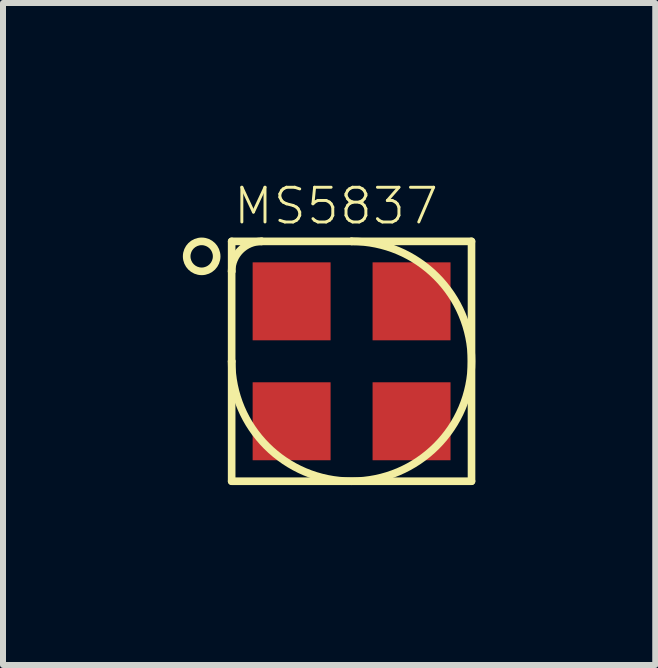
<source format=kicad_pcb>
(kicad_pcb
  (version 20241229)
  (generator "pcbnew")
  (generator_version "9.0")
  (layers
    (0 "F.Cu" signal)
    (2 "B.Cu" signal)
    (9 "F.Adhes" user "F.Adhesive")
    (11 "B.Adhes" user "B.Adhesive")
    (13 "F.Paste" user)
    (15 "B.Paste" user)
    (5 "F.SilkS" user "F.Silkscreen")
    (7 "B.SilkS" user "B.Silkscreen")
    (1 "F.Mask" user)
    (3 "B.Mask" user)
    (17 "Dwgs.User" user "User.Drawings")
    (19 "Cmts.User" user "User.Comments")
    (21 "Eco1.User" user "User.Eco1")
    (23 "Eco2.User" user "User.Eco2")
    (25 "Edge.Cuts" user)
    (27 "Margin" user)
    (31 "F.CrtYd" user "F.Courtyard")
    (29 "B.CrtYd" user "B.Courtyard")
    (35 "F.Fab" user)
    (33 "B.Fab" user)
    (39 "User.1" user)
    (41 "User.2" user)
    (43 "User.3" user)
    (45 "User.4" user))
  (footprint "MS5837"
    (layer "F.Cu")
    (at 2.813 2.975)
    (property "Reference" "MS5837" (at -2 -2.25 0) (layer "F.SilkS") (effects (font (size 0.579 0.579) (thickness 0.049)) (justify left bottom)))
    (attr through_hole)
    (fp_line (start -2 -2) (end -1.5 -2) (stroke (width 0.127) (type solid)) (layer "F.SilkS"))
    (fp_line (start -2 -1.5) (end -2 -2) (stroke (width 0.127) (type solid)) (layer "F.SilkS"))
    (fp_line (start -2 0) (end -2 -1.5) (stroke (width 0.127) (type solid)) (layer "F.SilkS"))
    (fp_line (start -2 2) (end -2 0) (stroke (width 0.127) (type solid)) (layer "F.SilkS"))
    (fp_line (start -1.5 -2) (end 0 -2) (stroke (width 0.127) (type solid)) (layer "F.SilkS"))
    (fp_line (start 0 -2) (end 2 -2) (stroke (width 0.127) (type solid)) (layer "F.SilkS"))
    (fp_line (start 2 -2) (end 2 2) (stroke (width 0.127) (type solid)) (layer "F.SilkS"))
    (fp_line (start 2 2) (end -2 2) (stroke (width 0.127) (type solid)) (layer "F.SilkS"))
    (fp_arc (start -2 -1.5) (mid -1.853553 -1.853553) (end -1.5 -2) (stroke (width 0.127) (type solid)) (layer "F.SilkS"))
    (fp_arc (start 0 -2) (mid 1.414214 1.414214) (end -2 0) (stroke (width 0.127) (type solid)) (layer "F.SilkS"))
    (fp_circle (center -2.5 -1.75) (end -2.25 -1.75) (stroke (width 0.127) (type solid)) (fill no) (layer "F.SilkS"))
    (pad "1" smd rect (at -1 -1) (size 1.3 1.3) (layers "F.Cu" "F.Mask" "F.Paste"))
    (pad "2" smd rect (at -1 1) (size 1.3 1.3) (layers "F.Cu" "F.Mask" "F.Paste"))
    (pad "3" smd rect (at 1 1) (size 1.3 1.3) (layers "F.Cu" "F.Mask" "F.Paste"))
    (pad "4" smd rect (at 1 -1) (size 1.3 1.3) (layers "F.Cu" "F.Mask" "F.Paste")))
  (gr_rect
    (start -3 -3)
    (end 7.877 8.039)
    (stroke (width 0.1) (type default))
    (fill no)
    (layer "Edge.Cuts")))
</source>
